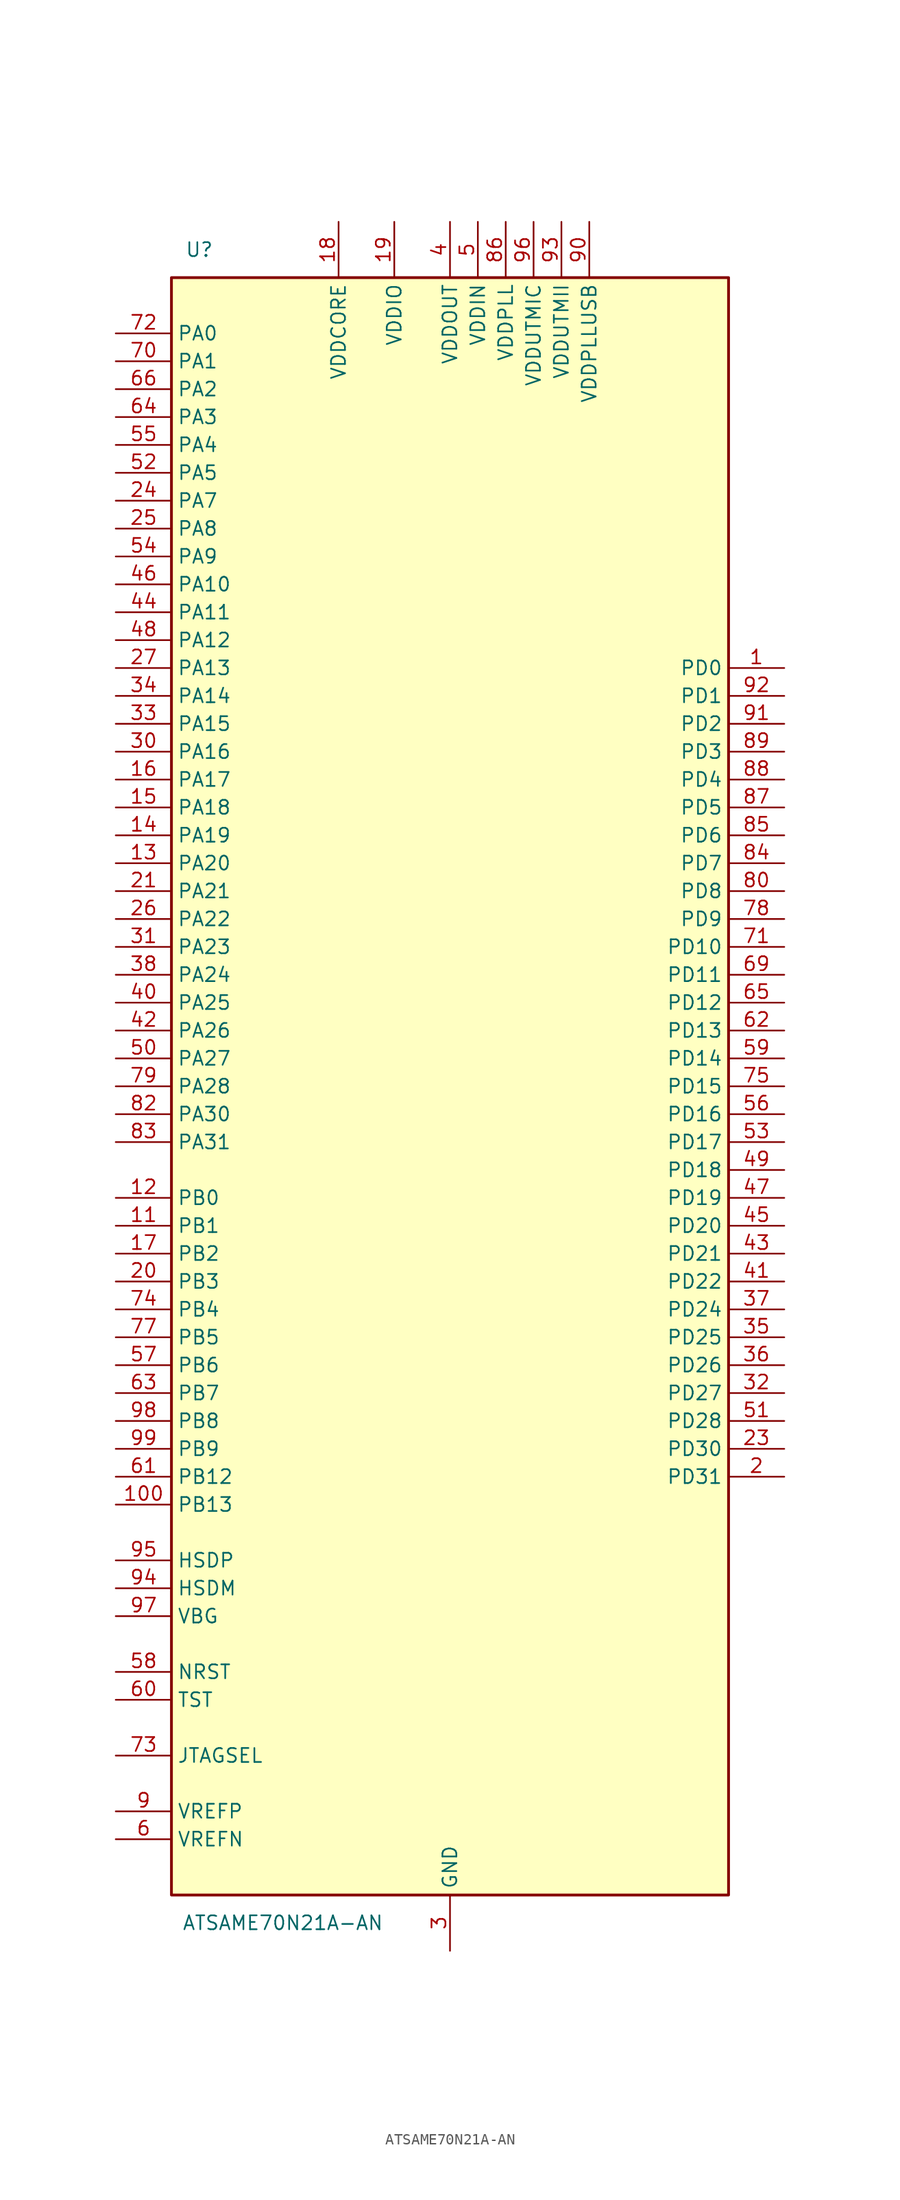
<source format=kicad_sym>
(kicad_symbol_lib
  (version 20241209)
  (generator "kicad_symbol_editor")
  (generator_version "9.0")
  (symbol "ATSAME70N21A-AN"
    (property "Reference" "U"
      (at -22.86 76.2 0)
      (effects (font (size 1.27 1.27))))
    (property "Value" "ATSAME70N21A-AN"
      (at -15.24 -76.2 0)
      (effects (font (size 1.27 1.27))))
    (symbol "ATSAME70N21A-AN_0_1"
      (rectangle (start 25.4 73.66) (end -25.4 -73.66) (stroke (width 0.254) (type default)) (fill (type background))))
    (symbol "ATSAME70N21A-AN_1_1"
      (pin bidirectional line (at -30.48 68.58 0) (length 5.08) (name "PA0" (effects (font (size 1.27 1.27)))) (number "72" (effects (font (size 1.27 1.27)))))
      (pin bidirectional line (at -30.48 66.04 0) (length 5.08) (name "PA1" (effects (font (size 1.27 1.27)))) (number "70" (effects (font (size 1.27 1.27)))))
      (pin bidirectional line (at -30.48 63.5 0) (length 5.08) (name "PA2" (effects (font (size 1.27 1.27)))) (number "66" (effects (font (size 1.27 1.27)))))
      (pin bidirectional line (at -30.48 60.96 0) (length 5.08) (name "PA3" (effects (font (size 1.27 1.27)))) (number "64" (effects (font (size 1.27 1.27)))))
      (pin bidirectional line (at -30.48 58.42 0) (length 5.08) (name "PA4" (effects (font (size 1.27 1.27)))) (number "55" (effects (font (size 1.27 1.27)))))
      (pin bidirectional line (at -30.48 55.88 0) (length 5.08) (name "PA5" (effects (font (size 1.27 1.27)))) (number "52" (effects (font (size 1.27 1.27)))))
      (pin bidirectional line (at -30.48 53.34 0) (length 5.08) (name "PA7" (effects (font (size 1.27 1.27)))) (number "24" (effects (font (size 1.27 1.27)))))
      (pin bidirectional line (at -30.48 50.8 0) (length 5.08) (name "PA8" (effects (font (size 1.27 1.27)))) (number "25" (effects (font (size 1.27 1.27)))))
      (pin bidirectional line (at -30.48 48.26 0) (length 5.08) (name "PA9" (effects (font (size 1.27 1.27)))) (number "54" (effects (font (size 1.27 1.27)))))
      (pin bidirectional line (at -30.48 45.72 0) (length 5.08) (name "PA10" (effects (font (size 1.27 1.27)))) (number "46" (effects (font (size 1.27 1.27)))))
      (pin bidirectional line (at -30.48 43.18 0) (length 5.08) (name "PA11" (effects (font (size 1.27 1.27)))) (number "44" (effects (font (size 1.27 1.27)))))
      (pin bidirectional line (at -30.48 40.64 0) (length 5.08) (name "PA12" (effects (font (size 1.27 1.27)))) (number "48" (effects (font (size 1.27 1.27)))))
      (pin bidirectional line (at -30.48 38.1 0) (length 5.08) (name "PA13" (effects (font (size 1.27 1.27)))) (number "27" (effects (font (size 1.27 1.27)))))
      (pin bidirectional line (at -30.48 35.56 0) (length 5.08) (name "PA14" (effects (font (size 1.27 1.27)))) (number "34" (effects (font (size 1.27 1.27)))))
      (pin bidirectional line (at -30.48 33.02 0) (length 5.08) (name "PA15" (effects (font (size 1.27 1.27)))) (number "33" (effects (font (size 1.27 1.27)))))
      (pin bidirectional line (at -30.48 30.48 0) (length 5.08) (name "PA16" (effects (font (size 1.27 1.27)))) (number "30" (effects (font (size 1.27 1.27)))))
      (pin bidirectional line (at -30.48 27.94 0) (length 5.08) (name "PA17" (effects (font (size 1.27 1.27)))) (number "16" (effects (font (size 1.27 1.27)))))
      (pin bidirectional line (at -30.48 25.4 0) (length 5.08) (name "PA18" (effects (font (size 1.27 1.27)))) (number "15" (effects (font (size 1.27 1.27)))))
      (pin bidirectional line (at -30.48 22.86 0) (length 5.08) (name "PA19" (effects (font (size 1.27 1.27)))) (number "14" (effects (font (size 1.27 1.27)))))
      (pin bidirectional line (at -30.48 20.32 0) (length 5.08) (name "PA20" (effects (font (size 1.27 1.27)))) (number "13" (effects (font (size 1.27 1.27)))))
      (pin bidirectional line (at -30.48 17.78 0) (length 5.08) (name "PA21" (effects (font (size 1.27 1.27)))) (number "21" (effects (font (size 1.27 1.27)))))
      (pin bidirectional line (at -30.48 15.24 0) (length 5.08) (name "PA22" (effects (font (size 1.27 1.27)))) (number "26" (effects (font (size 1.27 1.27)))))
      (pin bidirectional line (at -30.48 12.7 0) (length 5.08) (name "PA23" (effects (font (size 1.27 1.27)))) (number "31" (effects (font (size 1.27 1.27)))))
      (pin bidirectional line (at -30.48 10.16 0) (length 5.08) (name "PA24" (effects (font (size 1.27 1.27)))) (number "38" (effects (font (size 1.27 1.27)))))
      (pin bidirectional line (at -30.48 7.62 0) (length 5.08) (name "PA25" (effects (font (size 1.27 1.27)))) (number "40" (effects (font (size 1.27 1.27)))))
      (pin bidirectional line (at -30.48 5.08 0) (length 5.08) (name "PA26" (effects (font (size 1.27 1.27)))) (number "42" (effects (font (size 1.27 1.27)))))
      (pin bidirectional line (at -30.48 2.54 0) (length 5.08) (name "PA27" (effects (font (size 1.27 1.27)))) (number "50" (effects (font (size 1.27 1.27)))))
      (pin bidirectional line (at -30.48 0 0) (length 5.08) (name "PA28" (effects (font (size 1.27 1.27)))) (number "79" (effects (font (size 1.27 1.27)))))
      (pin bidirectional line (at -30.48 -2.54 0) (length 5.08) (name "PA30" (effects (font (size 1.27 1.27)))) (number "82" (effects (font (size 1.27 1.27)))))
      (pin bidirectional line (at -30.48 -5.08 0) (length 5.08) (name "PA31" (effects (font (size 1.27 1.27)))) (number "83" (effects (font (size 1.27 1.27)))))
      (pin bidirectional line (at -30.48 -10.16 0) (length 5.08) (name "PB0" (effects (font (size 1.27 1.27)))) (number "12" (effects (font (size 1.27 1.27)))))
      (pin bidirectional line (at -30.48 -12.7 0) (length 5.08) (name "PB1" (effects (font (size 1.27 1.27)))) (number "11" (effects (font (size 1.27 1.27)))))
      (pin bidirectional line (at -30.48 -15.24 0) (length 5.08) (name "PB2" (effects (font (size 1.27 1.27)))) (number "17" (effects (font (size 1.27 1.27)))))
      (pin bidirectional line (at -30.48 -17.78 0) (length 5.08) (name "PB3" (effects (font (size 1.27 1.27)))) (number "20" (effects (font (size 1.27 1.27)))))
      (pin bidirectional line (at -30.48 -20.32 0) (length 5.08) (name "PB4" (effects (font (size 1.27 1.27)))) (number "74" (effects (font (size 1.27 1.27)))))
      (pin bidirectional line (at -30.48 -22.86 0) (length 5.08) (name "PB5" (effects (font (size 1.27 1.27)))) (number "77" (effects (font (size 1.27 1.27)))))
      (pin bidirectional line (at -30.48 -25.4 0) (length 5.08) (name "PB6" (effects (font (size 1.27 1.27)))) (number "57" (effects (font (size 1.27 1.27)))))
      (pin bidirectional line (at -30.48 -27.94 0) (length 5.08) (name "PB7" (effects (font (size 1.27 1.27)))) (number "63" (effects (font (size 1.27 1.27)))))
      (pin bidirectional line (at -30.48 -30.48 0) (length 5.08) (name "PB8" (effects (font (size 1.27 1.27)))) (number "98" (effects (font (size 1.27 1.27)))))
      (pin bidirectional line (at -30.48 -33.02 0) (length 5.08) (name "PB9" (effects (font (size 1.27 1.27)))) (number "99" (effects (font (size 1.27 1.27)))))
      (pin bidirectional line (at -30.48 -35.56 0) (length 5.08) (name "PB12" (effects (font (size 1.27 1.27)))) (number "61" (effects (font (size 1.27 1.27)))))
      (pin bidirectional line (at -30.48 -38.1 0) (length 5.08) (name "PB13" (effects (font (size 1.27 1.27)))) (number "100" (effects (font (size 1.27 1.27)))))
      (pin bidirectional line (at -30.48 -43.18 0) (length 5.08) (name "HSDP" (effects (font (size 1.27 1.27)))) (number "95" (effects (font (size 1.27 1.27)))))
      (pin bidirectional line (at -30.48 -45.72 0) (length 5.08) (name "HSDM" (effects (font (size 1.27 1.27)))) (number "94" (effects (font (size 1.27 1.27)))))
      (pin input line (at -30.48 -48.26 0) (length 5.08) (name "VBG" (effects (font (size 1.27 1.27)))) (number "97" (effects (font (size 1.27 1.27)))))
      (pin bidirectional line (at -30.48 -53.34 0) (length 5.08) (name "NRST" (effects (font (size 1.27 1.27)))) (number "58" (effects (font (size 1.27 1.27)))))
      (pin input line (at -30.48 -55.88 0) (length 5.08) (name "TST" (effects (font (size 1.27 1.27)))) (number "60" (effects (font (size 1.27 1.27)))))
      (pin input line (at -30.48 -60.96 0) (length 5.08) (name "JTAGSEL" (effects (font (size 1.27 1.27)))) (number "73" (effects (font (size 1.27 1.27)))))
      (pin input line (at -30.48 -66.04 0) (length 5.08) (name "VREFP" (effects (font (size 1.27 1.27)))) (number "9" (effects (font (size 1.27 1.27)))))
      (pin input line (at -30.48 -68.58 0) (length 5.08) (name "VREFN" (effects (font (size 1.27 1.27)))) (number "6" (effects (font (size 1.27 1.27)))))
      (pin power_in line (at -10.16 78.74 270) (length 5.08) (name "VDDCORE" (effects (font (size 1.27 1.27)))) (number "18" (effects (font (size 1.27 1.27)))))
      (pin passive line (at -10.16 78.74 270) (length 5.08) (hide yes) (name "VDDCORE" (effects (font (size 1.27 1.27)))) (number "22" (effects (font (size 1.27 1.27)))))
      (pin passive line (at -10.16 78.74 270) (length 5.08) (hide yes) (name "VDDCORE" (effects (font (size 1.27 1.27)))) (number "39" (effects (font (size 1.27 1.27)))))
      (pin passive line (at -10.16 78.74 270) (length 5.08) (hide yes) (name "VDDCORE" (effects (font (size 1.27 1.27)))) (number "76" (effects (font (size 1.27 1.27)))))
      (pin power_in line (at -5.08 78.74 270) (length 5.08) (name "VDDIO" (effects (font (size 1.27 1.27)))) (number "19" (effects (font (size 1.27 1.27)))))
      (pin passive line (at -5.08 78.74 270) (length 5.08) (hide yes) (name "VDDIO" (effects (font (size 1.27 1.27)))) (number "28" (effects (font (size 1.27 1.27)))))
      (pin passive line (at -5.08 78.74 270) (length 5.08) (hide yes) (name "VDDIO" (effects (font (size 1.27 1.27)))) (number "68" (effects (font (size 1.27 1.27)))))
      (pin passive line (at -5.08 78.74 270) (length 5.08) (hide yes) (name "VDDIO" (effects (font (size 1.27 1.27)))) (number "81" (effects (font (size 1.27 1.27)))))
      (pin power_out line (at 0 78.74 270) (length 5.08) (name "VDDOUT" (effects (font (size 1.27 1.27)))) (number "4" (effects (font (size 1.27 1.27)))))
      (pin passive line (at 0 -78.74 90) (length 5.08) (hide yes) (name "GND" (effects (font (size 1.27 1.27)))) (number "10" (effects (font (size 1.27 1.27)))))
      (pin passive line (at 0 -78.74 90) (length 5.08) (hide yes) (name "GND" (effects (font (size 1.27 1.27)))) (number "29" (effects (font (size 1.27 1.27)))))
      (pin power_in line (at 0 -78.74 90) (length 5.08) (name "GND" (effects (font (size 1.27 1.27)))) (number "3" (effects (font (size 1.27 1.27)))))
      (pin passive line (at 0 -78.74 90) (length 5.08) (hide yes) (name "GND" (effects (font (size 1.27 1.27)))) (number "67" (effects (font (size 1.27 1.27)))))
      (pin passive line (at 0 -78.74 90) (length 5.08) (hide yes) (name "GND" (effects (font (size 1.27 1.27)))) (number "7" (effects (font (size 1.27 1.27)))))
      (pin passive line (at 0 -78.74 90) (length 5.08) (hide yes) (name "GND" (effects (font (size 1.27 1.27)))) (number "8" (effects (font (size 1.27 1.27)))))
      (pin power_in line (at 2.54 78.74 270) (length 5.08) (name "VDDIN" (effects (font (size 1.27 1.27)))) (number "5" (effects (font (size 1.27 1.27)))))
      (pin power_in line (at 5.08 78.74 270) (length 5.08) (name "VDDPLL" (effects (font (size 1.27 1.27)))) (number "86" (effects (font (size 1.27 1.27)))))
      (pin power_in line (at 7.62 78.74 270) (length 5.08) (name "VDDUTMIC" (effects (font (size 1.27 1.27)))) (number "96" (effects (font (size 1.27 1.27)))))
      (pin power_in line (at 10.16 78.74 270) (length 5.08) (name "VDDUTMII" (effects (font (size 1.27 1.27)))) (number "93" (effects (font (size 1.27 1.27)))))
      (pin power_in line (at 12.7 78.74 270) (length 5.08) (name "VDDPLLUSB" (effects (font (size 1.27 1.27)))) (number "90" (effects (font (size 1.27 1.27)))))
      (pin bidirectional line (at 30.48 38.1 180) (length 5.08) (name "PD0" (effects (font (size 1.27 1.27)))) (number "1" (effects (font (size 1.27 1.27)))))
      (pin bidirectional line (at 30.48 35.56 180) (length 5.08) (name "PD1" (effects (font (size 1.27 1.27)))) (number "92" (effects (font (size 1.27 1.27)))))
      (pin bidirectional line (at 30.48 33.02 180) (length 5.08) (name "PD2" (effects (font (size 1.27 1.27)))) (number "91" (effects (font (size 1.27 1.27)))))
      (pin bidirectional line (at 30.48 30.48 180) (length 5.08) (name "PD3" (effects (font (size 1.27 1.27)))) (number "89" (effects (font (size 1.27 1.27)))))
      (pin bidirectional line (at 30.48 27.94 180) (length 5.08) (name "PD4" (effects (font (size 1.27 1.27)))) (number "88" (effects (font (size 1.27 1.27)))))
      (pin bidirectional line (at 30.48 25.4 180) (length 5.08) (name "PD5" (effects (font (size 1.27 1.27)))) (number "87" (effects (font (size 1.27 1.27)))))
      (pin bidirectional line (at 30.48 22.86 180) (length 5.08) (name "PD6" (effects (font (size 1.27 1.27)))) (number "85" (effects (font (size 1.27 1.27)))))
      (pin bidirectional line (at 30.48 20.32 180) (length 5.08) (name "PD7" (effects (font (size 1.27 1.27)))) (number "84" (effects (font (size 1.27 1.27)))))
      (pin bidirectional line (at 30.48 17.78 180) (length 5.08) (name "PD8" (effects (font (size 1.27 1.27)))) (number "80" (effects (font (size 1.27 1.27)))))
      (pin bidirectional line (at 30.48 15.24 180) (length 5.08) (name "PD9" (effects (font (size 1.27 1.27)))) (number "78" (effects (font (size 1.27 1.27)))))
      (pin bidirectional line (at 30.48 12.7 180) (length 5.08) (name "PD10" (effects (font (size 1.27 1.27)))) (number "71" (effects (font (size 1.27 1.27)))))
      (pin bidirectional line (at 30.48 10.16 180) (length 5.08) (name "PD11" (effects (font (size 1.27 1.27)))) (number "69" (effects (font (size 1.27 1.27)))))
      (pin bidirectional line (at 30.48 7.62 180) (length 5.08) (name "PD12" (effects (font (size 1.27 1.27)))) (number "65" (effects (font (size 1.27 1.27)))))
      (pin bidirectional line (at 30.48 5.08 180) (length 5.08) (name "PD13" (effects (font (size 1.27 1.27)))) (number "62" (effects (font (size 1.27 1.27)))))
      (pin bidirectional line (at 30.48 2.54 180) (length 5.08) (name "PD14" (effects (font (size 1.27 1.27)))) (number "59" (effects (font (size 1.27 1.27)))))
      (pin bidirectional line (at 30.48 0 180) (length 5.08) (name "PD15" (effects (font (size 1.27 1.27)))) (number "75" (effects (font (size 1.27 1.27)))))
      (pin bidirectional line (at 30.48 -2.54 180) (length 5.08) (name "PD16" (effects (font (size 1.27 1.27)))) (number "56" (effects (font (size 1.27 1.27)))))
      (pin bidirectional line (at 30.48 -5.08 180) (length 5.08) (name "PD17" (effects (font (size 1.27 1.27)))) (number "53" (effects (font (size 1.27 1.27)))))
      (pin bidirectional line (at 30.48 -7.62 180) (length 5.08) (name "PD18" (effects (font (size 1.27 1.27)))) (number "49" (effects (font (size 1.27 1.27)))))
      (pin bidirectional line (at 30.48 -10.16 180) (length 5.08) (name "PD19" (effects (font (size 1.27 1.27)))) (number "47" (effects (font (size 1.27 1.27)))))
      (pin bidirectional line (at 30.48 -12.7 180) (length 5.08) (name "PD20" (effects (font (size 1.27 1.27)))) (number "45" (effects (font (size 1.27 1.27)))))
      (pin bidirectional line (at 30.48 -15.24 180) (length 5.08) (name "PD21" (effects (font (size 1.27 1.27)))) (number "43" (effects (font (size 1.27 1.27)))))
      (pin bidirectional line (at 30.48 -17.78 180) (length 5.08) (name "PD22" (effects (font (size 1.27 1.27)))) (number "41" (effects (font (size 1.27 1.27)))))
      (pin bidirectional line (at 30.48 -20.32 180) (length 5.08) (name "PD24" (effects (font (size 1.27 1.27)))) (number "37" (effects (font (size 1.27 1.27)))))
      (pin bidirectional line (at 30.48 -22.86 180) (length 5.08) (name "PD25" (effects (font (size 1.27 1.27)))) (number "35" (effects (font (size 1.27 1.27)))))
      (pin bidirectional line (at 30.48 -25.4 180) (length 5.08) (name "PD26" (effects (font (size 1.27 1.27)))) (number "36" (effects (font (size 1.27 1.27)))))
      (pin bidirectional line (at 30.48 -27.94 180) (length 5.08) (name "PD27" (effects (font (size 1.27 1.27)))) (number "32" (effects (font (size 1.27 1.27)))))
      (pin bidirectional line (at 30.48 -30.48 180) (length 5.08) (name "PD28" (effects (font (size 1.27 1.27)))) (number "51" (effects (font (size 1.27 1.27)))))
      (pin bidirectional line (at 30.48 -33.02 180) (length 5.08) (name "PD30" (effects (font (size 1.27 1.27)))) (number "23" (effects (font (size 1.27 1.27)))))
      (pin bidirectional line (at 30.48 -35.56 180) (length 5.08) (name "PD31" (effects (font (size 1.27 1.27)))) (number "2" (effects (font (size 1.27 1.27))))))))
</source>
